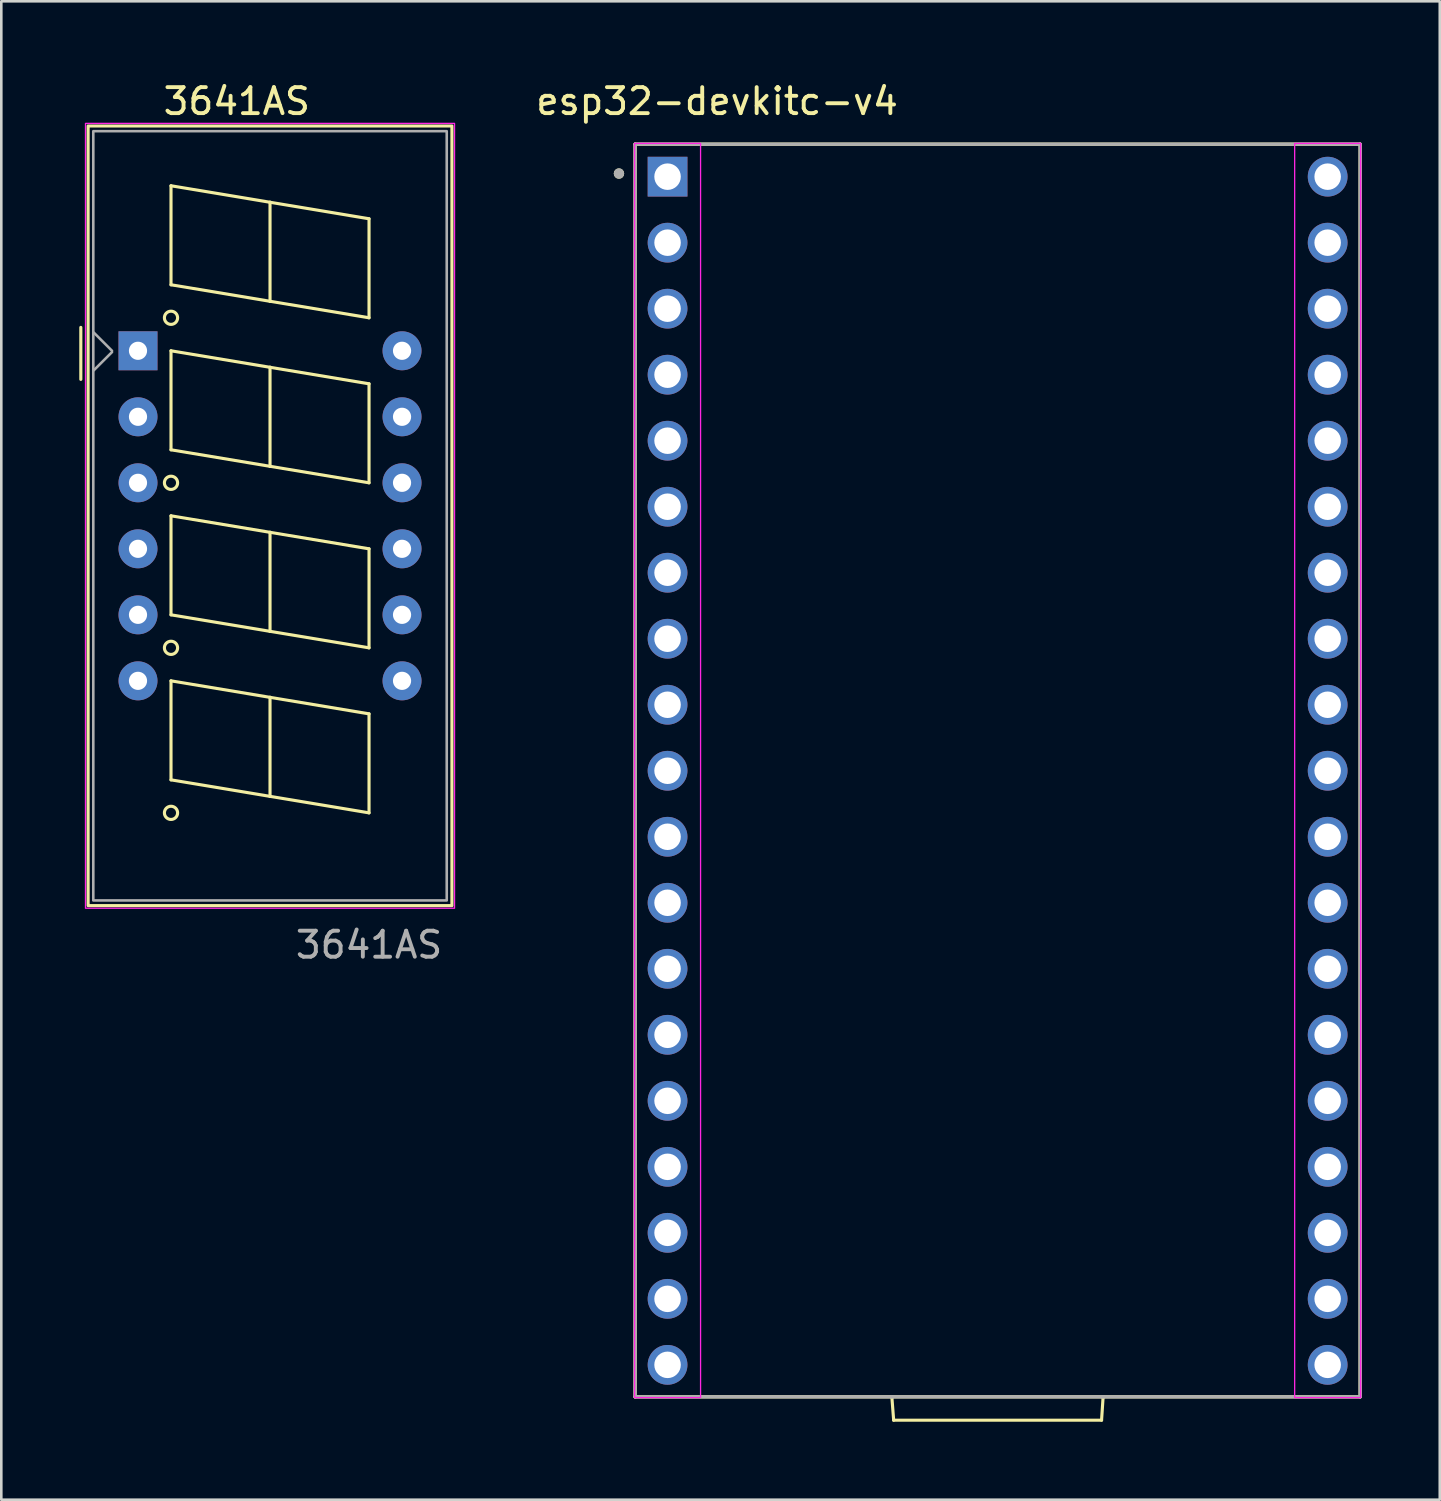
<source format=kicad_pcb>
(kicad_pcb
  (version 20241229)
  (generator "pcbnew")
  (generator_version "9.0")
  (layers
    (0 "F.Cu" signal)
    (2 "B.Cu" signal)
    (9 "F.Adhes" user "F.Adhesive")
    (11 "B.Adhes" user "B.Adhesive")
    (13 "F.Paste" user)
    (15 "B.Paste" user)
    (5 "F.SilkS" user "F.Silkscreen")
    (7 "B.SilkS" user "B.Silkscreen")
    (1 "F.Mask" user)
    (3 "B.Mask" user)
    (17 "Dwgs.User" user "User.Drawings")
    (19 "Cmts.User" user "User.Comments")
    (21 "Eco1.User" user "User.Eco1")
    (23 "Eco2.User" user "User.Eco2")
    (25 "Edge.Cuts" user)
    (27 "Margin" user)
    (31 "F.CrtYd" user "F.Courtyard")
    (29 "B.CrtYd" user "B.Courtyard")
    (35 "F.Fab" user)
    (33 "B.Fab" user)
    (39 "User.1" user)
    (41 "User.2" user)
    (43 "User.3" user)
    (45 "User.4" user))
  (footprint "3641AS"
    (layer "F.Cu")
    (at 2.26 10.448)
    (property "Reference" "3641AS" (at 3.8 -9.6 0) (layer "F.SilkS") (effects (font (size 1 1) (thickness 0.15))))
    (attr through_hole)
    (fp_line (start -2.2 -0.9) (end -2.2 1.1) (stroke (width 0.12) (type solid)) (layer "F.SilkS"))
    (fp_line (start 1.27 -6.35) (end 5.08 -5.715) (stroke (width 0.12) (type solid)) (layer "F.SilkS"))
    (fp_line (start 1.27 -2.54) (end 1.27 -6.35) (stroke (width 0.12) (type solid)) (layer "F.SilkS"))
    (fp_line (start 1.27 0) (end 5.08 0.635) (stroke (width 0.12) (type solid)) (layer "F.SilkS"))
    (fp_line (start 1.27 3.81) (end 1.27 0) (stroke (width 0.12) (type solid)) (layer "F.SilkS"))
    (fp_line (start 1.27 6.35) (end 5.08 6.985) (stroke (width 0.12) (type solid)) (layer "F.SilkS"))
    (fp_line (start 1.27 10.16) (end 1.27 6.35) (stroke (width 0.12) (type solid)) (layer "F.SilkS"))
    (fp_line (start 1.27 12.7) (end 5.08 13.335) (stroke (width 0.12) (type solid)) (layer "F.SilkS"))
    (fp_line (start 1.27 16.51) (end 1.27 12.7) (stroke (width 0.12) (type solid)) (layer "F.SilkS"))
    (fp_line (start 5.08 -5.715) (end 5.08 -1.905) (stroke (width 0.12) (type solid)) (layer "F.SilkS"))
    (fp_line (start 5.08 -5.715) (end 8.89 -5.08) (stroke (width 0.12) (type solid)) (layer "F.SilkS"))
    (fp_line (start 5.08 -1.905) (end 1.27 -2.54) (stroke (width 0.12) (type solid)) (layer "F.SilkS"))
    (fp_line (start 5.08 0.635) (end 5.08 4.445) (stroke (width 0.12) (type solid)) (layer "F.SilkS"))
    (fp_line (start 5.08 0.635) (end 8.89 1.27) (stroke (width 0.12) (type solid)) (layer "F.SilkS"))
    (fp_line (start 5.08 4.445) (end 1.27 3.81) (stroke (width 0.12) (type solid)) (layer "F.SilkS"))
    (fp_line (start 5.08 6.985) (end 5.08 10.795) (stroke (width 0.12) (type solid)) (layer "F.SilkS"))
    (fp_line (start 5.08 6.985) (end 8.89 7.62) (stroke (width 0.12) (type solid)) (layer "F.SilkS"))
    (fp_line (start 5.08 10.795) (end 1.27 10.16) (stroke (width 0.12) (type solid)) (layer "F.SilkS"))
    (fp_line (start 5.08 13.335) (end 5.08 17.145) (stroke (width 0.12) (type solid)) (layer "F.SilkS"))
    (fp_line (start 5.08 13.335) (end 8.89 13.97) (stroke (width 0.12) (type solid)) (layer "F.SilkS"))
    (fp_line (start 5.08 17.145) (end 1.27 16.51) (stroke (width 0.12) (type solid)) (layer "F.SilkS"))
    (fp_line (start 8.89 -5.08) (end 8.89 -1.27) (stroke (width 0.12) (type solid)) (layer "F.SilkS"))
    (fp_line (start 8.89 -1.27) (end 5.08 -1.905) (stroke (width 0.12) (type solid)) (layer "F.SilkS"))
    (fp_line (start 8.89 1.27) (end 8.89 5.08) (stroke (width 0.12) (type solid)) (layer "F.SilkS"))
    (fp_line (start 8.89 5.08) (end 5.08 4.445) (stroke (width 0.12) (type solid)) (layer "F.SilkS"))
    (fp_line (start 8.89 7.62) (end 8.89 11.43) (stroke (width 0.12) (type solid)) (layer "F.SilkS"))
    (fp_line (start 8.89 11.43) (end 5.08 10.795) (stroke (width 0.12) (type solid)) (layer "F.SilkS"))
    (fp_line (start 8.89 13.97) (end 8.89 17.78) (stroke (width 0.12) (type solid)) (layer "F.SilkS"))
    (fp_line (start 8.89 17.78) (end 5.08 17.145) (stroke (width 0.12) (type solid)) (layer "F.SilkS"))
    (fp_rect (start -1.92 -8.65) (end 12.08 21.35) (stroke (width 0.12) (type solid)) (fill no) (layer "F.SilkS"))
    (fp_circle (center 1.27 -1.27) (end 1.27 -1.016) (stroke (width 0.12) (type solid)) (fill no) (layer "F.SilkS"))
    (fp_circle (center 1.27 5.08) (end 1.27 5.334) (stroke (width 0.12) (type solid)) (fill no) (layer "F.SilkS"))
    (fp_circle (center 1.27 11.43) (end 1.27 11.684) (stroke (width 0.12) (type solid)) (fill no) (layer "F.SilkS"))
    (fp_circle (center 1.27 17.78) (end 1.27 18.034) (stroke (width 0.12) (type solid)) (fill no) (layer "F.SilkS"))
    (fp_rect (start -2.02 -8.75) (end 12.18 21.45) (stroke (width 0.05) (type solid)) (fill no) (layer "F.CrtYd"))
    (fp_line (start -1.7 0.75) (end -1 0.05) (stroke (width 0.1) (type solid)) (layer "F.Fab"))
    (fp_line (start -1 0) (end -1.7 -0.7) (stroke (width 0.1) (type solid)) (layer "F.Fab"))
    (fp_rect (start -1.72 -8.45) (end 11.88 21.15) (stroke (width 0.1) (type solid)) (fill no) (layer "F.Fab"))
    (fp_text user "${REFERENCE}" (at 8.89 22.86 0) (layer "F.Fab") (effects (font (size 1 1) (thickness 0.15))))
    (pad "1" thru_hole rect (at 0 0) (size 1.5 1.5) (drill 0.7) (layers "*.Cu" "*.Mask"))
    (pad "2" thru_hole circle (at 0 2.54) (size 1.5 1.5) (drill 0.7) (layers "*.Cu" "*.Mask"))
    (pad "3" thru_hole circle (at 0 5.08) (size 1.5 1.5) (drill 0.7) (layers "*.Cu" "*.Mask"))
    (pad "4" thru_hole circle (at 0 7.62) (size 1.5 1.5) (drill 0.7) (layers "*.Cu" "*.Mask"))
    (pad "5" thru_hole circle (at 0 10.16) (size 1.5 1.5) (drill 0.7) (layers "*.Cu" "*.Mask"))
    (pad "6" thru_hole circle (at 0 12.7) (size 1.5 1.5) (drill 0.7) (layers "*.Cu" "*.Mask"))
    (pad "7" thru_hole circle (at 10.16 12.7) (size 1.5 1.5) (drill 0.7) (layers "*.Cu" "*.Mask"))
    (pad "8" thru_hole circle (at 10.16 10.16) (size 1.5 1.5) (drill 0.7) (layers "*.Cu" "*.Mask"))
    (pad "9" thru_hole circle (at 10.16 7.62) (size 1.5 1.5) (drill 0.7) (layers "*.Cu" "*.Mask"))
    (pad "10" thru_hole circle (at 10.16 5.08) (size 1.5 1.5) (drill 0.7) (layers "*.Cu" "*.Mask"))
    (pad "11" thru_hole circle (at 10.16 2.54) (size 1.5 1.5) (drill 0.7) (layers "*.Cu" "*.Mask"))
    (pad "12" thru_hole circle (at 10.16 0) (size 1.5 1.5) (drill 0.7) (layers "*.Cu" "*.Mask")))
  (footprint "esp32-devkitc-v4"
    (layer "F.Cu")
    (at 35.337 26.598)
    (property "Reference" "esp32-devkitc-v4" (at -10.795 -25.75 0) (layer "F.SilkS") (effects (font (size 1 1) (thickness 0.15))))
    (attr through_hole)
    (fp_line (start -13.95 -24.1) (end -13.95 24.1) (stroke (width 0.127) (type solid)) (layer "F.SilkS"))
    (fp_line (start -13.95 24.1) (end -4.07 24.1) (stroke (width 0.127) (type solid)) (layer "F.SilkS"))
    (fp_line (start -4.07 24.1) (end 4.06 24.1) (stroke (width 0.127) (type solid)) (layer "F.SilkS"))
    (fp_line (start -4 25) (end -4.07 24.1) (stroke (width 0.12) (type solid)) (layer "F.SilkS"))
    (fp_line (start -4 25) (end 4 25) (stroke (width 0.12) (type solid)) (layer "F.SilkS"))
    (fp_line (start 4 25) (end 4.06 24.1) (stroke (width 0.12) (type solid)) (layer "F.SilkS"))
    (fp_line (start 4.06 24.1) (end 13.95 24.1) (stroke (width 0.127) (type solid)) (layer "F.SilkS"))
    (fp_line (start 13.95 -24.1) (end -13.95 -24.1) (stroke (width 0.127) (type solid)) (layer "F.SilkS"))
    (fp_line (start 13.95 24.1) (end 13.95 -24.1) (stroke (width 0.127) (type solid)) (layer "F.SilkS"))
    (fp_circle (center -14.57 -22.97) (end -14.47 -22.97) (stroke (width 0.2) (type solid)) (fill no) (layer "F.SilkS"))
    (fp_rect (start -13.97 -24.13) (end -11.43 24.13) (stroke (width 0.05) (type solid)) (fill no) (layer "F.CrtYd"))
    (fp_rect (start 13.97 24.13) (end 11.43 -24.13) (stroke (width 0.05) (type solid)) (fill no) (layer "F.CrtYd"))
    (fp_line (start -13.95 -24.1) (end -13.95 24.1) (stroke (width 0.127) (type solid)) (layer "F.Fab"))
    (fp_line (start -13.95 24.1) (end -4.07 24.1) (stroke (width 0.127) (type solid)) (layer "F.Fab"))
    (fp_line (start -4.07 24.1) (end 4.06 24.1) (stroke (width 0.127) (type solid)) (layer "F.Fab"))
    (fp_line (start 4.06 24.1) (end 13.95 24.1) (stroke (width 0.127) (type solid)) (layer "F.Fab"))
    (fp_line (start 13.95 -24.1) (end -13.95 -24.1) (stroke (width 0.127) (type solid)) (layer "F.Fab"))
    (fp_line (start 13.95 24.1) (end 13.95 -24.1) (stroke (width 0.127) (type solid)) (layer "F.Fab"))
    (fp_circle (center -14.57 -22.97) (end -14.47 -22.97) (stroke (width 0.2) (type solid)) (fill no) (layer "F.Fab"))
    (pad "1" thru_hole rect (at -12.7 -22.85) (size 1.53 1.53) (drill 1.02) (layers "*.Cu" "*.Mask"))
    (pad "2" thru_hole circle (at -12.7 -20.31) (size 1.53 1.53) (drill 1.02) (layers "*.Cu" "*.Mask"))
    (pad "3" thru_hole circle (at -12.7 -17.77) (size 1.53 1.53) (drill 1.02) (layers "*.Cu" "*.Mask"))
    (pad "4" thru_hole circle (at -12.7 -15.23) (size 1.53 1.53) (drill 1.02) (layers "*.Cu" "*.Mask"))
    (pad "5" thru_hole circle (at -12.7 -12.69) (size 1.53 1.53) (drill 1.02) (layers "*.Cu" "*.Mask"))
    (pad "6" thru_hole circle (at -12.7 -10.15) (size 1.53 1.53) (drill 1.02) (layers "*.Cu" "*.Mask"))
    (pad "7" thru_hole circle (at -12.7 -7.61) (size 1.53 1.53) (drill 1.02) (layers "*.Cu" "*.Mask"))
    (pad "8" thru_hole circle (at -12.7 -5.07) (size 1.53 1.53) (drill 1.02) (layers "*.Cu" "*.Mask"))
    (pad "9" thru_hole circle (at -12.7 -2.53) (size 1.53 1.53) (drill 1.02) (layers "*.Cu" "*.Mask"))
    (pad "10" thru_hole circle (at -12.7 0.01) (size 1.53 1.53) (drill 1.02) (layers "*.Cu" "*.Mask"))
    (pad "11" thru_hole circle (at -12.7 2.55) (size 1.53 1.53) (drill 1.02) (layers "*.Cu" "*.Mask"))
    (pad "12" thru_hole circle (at -12.7 5.09) (size 1.53 1.53) (drill 1.02) (layers "*.Cu" "*.Mask"))
    (pad "13" thru_hole circle (at -12.7 7.63) (size 1.53 1.53) (drill 1.02) (layers "*.Cu" "*.Mask"))
    (pad "14" thru_hole circle (at -12.7 10.17) (size 1.53 1.53) (drill 1.02) (layers "*.Cu" "*.Mask"))
    (pad "15" thru_hole circle (at -12.7 12.71) (size 1.53 1.53) (drill 1.02) (layers "*.Cu" "*.Mask"))
    (pad "16" thru_hole circle (at -12.7 15.25) (size 1.53 1.53) (drill 1.02) (layers "*.Cu" "*.Mask"))
    (pad "17" thru_hole circle (at -12.7 17.79) (size 1.53 1.53) (drill 1.02) (layers "*.Cu" "*.Mask"))
    (pad "18" thru_hole circle (at -12.7 20.33) (size 1.53 1.53) (drill 1.02) (layers "*.Cu" "*.Mask"))
    (pad "19" thru_hole circle (at -12.7 22.87) (size 1.53 1.53) (drill 1.02) (layers "*.Cu" "*.Mask"))
    (pad "20" thru_hole circle (at 12.7 22.87) (size 1.53 1.53) (drill 1.02) (layers "*.Cu" "*.Mask"))
    (pad "21" thru_hole circle (at 12.7 20.33) (size 1.53 1.53) (drill 1.02) (layers "*.Cu" "*.Mask"))
    (pad "22" thru_hole circle (at 12.7 17.79) (size 1.53 1.53) (drill 1.02) (layers "*.Cu" "*.Mask"))
    (pad "23" thru_hole circle (at 12.7 15.25) (size 1.53 1.53) (drill 1.02) (layers "*.Cu" "*.Mask"))
    (pad "24" thru_hole circle (at 12.7 12.71) (size 1.53 1.53) (drill 1.02) (layers "*.Cu" "*.Mask"))
    (pad "25" thru_hole circle (at 12.7 10.17) (size 1.53 1.53) (drill 1.02) (layers "*.Cu" "*.Mask"))
    (pad "26" thru_hole circle (at 12.7 7.63) (size 1.53 1.53) (drill 1.02) (layers "*.Cu" "*.Mask"))
    (pad "27" thru_hole circle (at 12.7 5.09) (size 1.53 1.53) (drill 1.02) (layers "*.Cu" "*.Mask"))
    (pad "28" thru_hole circle (at 12.7 2.55) (size 1.53 1.53) (drill 1.02) (layers "*.Cu" "*.Mask"))
    (pad "29" thru_hole circle (at 12.7 0.01) (size 1.53 1.53) (drill 1.02) (layers "*.Cu" "*.Mask"))
    (pad "30" thru_hole circle (at 12.7 -2.53) (size 1.53 1.53) (drill 1.02) (layers "*.Cu" "*.Mask"))
    (pad "31" thru_hole circle (at 12.7 -5.07) (size 1.53 1.53) (drill 1.02) (layers "*.Cu" "*.Mask"))
    (pad "32" thru_hole circle (at 12.7 -7.61) (size 1.53 1.53) (drill 1.02) (layers "*.Cu" "*.Mask"))
    (pad "33" thru_hole circle (at 12.7 -10.15) (size 1.53 1.53) (drill 1.02) (layers "*.Cu" "*.Mask"))
    (pad "34" thru_hole circle (at 12.7 -12.69) (size 1.53 1.53) (drill 1.02) (layers "*.Cu" "*.Mask"))
    (pad "35" thru_hole circle (at 12.7 -15.23) (size 1.53 1.53) (drill 1.02) (layers "*.Cu" "*.Mask"))
    (pad "36" thru_hole circle (at 12.7 -17.77) (size 1.53 1.53) (drill 1.02) (layers "*.Cu" "*.Mask"))
    (pad "37" thru_hole circle (at 12.7 -20.31) (size 1.53 1.53) (drill 1.02) (layers "*.Cu" "*.Mask"))
    (pad "38" thru_hole circle (at 12.7 -22.85) (size 1.53 1.53) (drill 1.02) (layers "*.Cu" "*.Mask")))
  (gr_rect
    (start -3 -3)
    (end 52.351 54.658)
    (stroke (width 0.1) (type default))
    (fill no)
    (layer "Edge.Cuts")))
</source>
